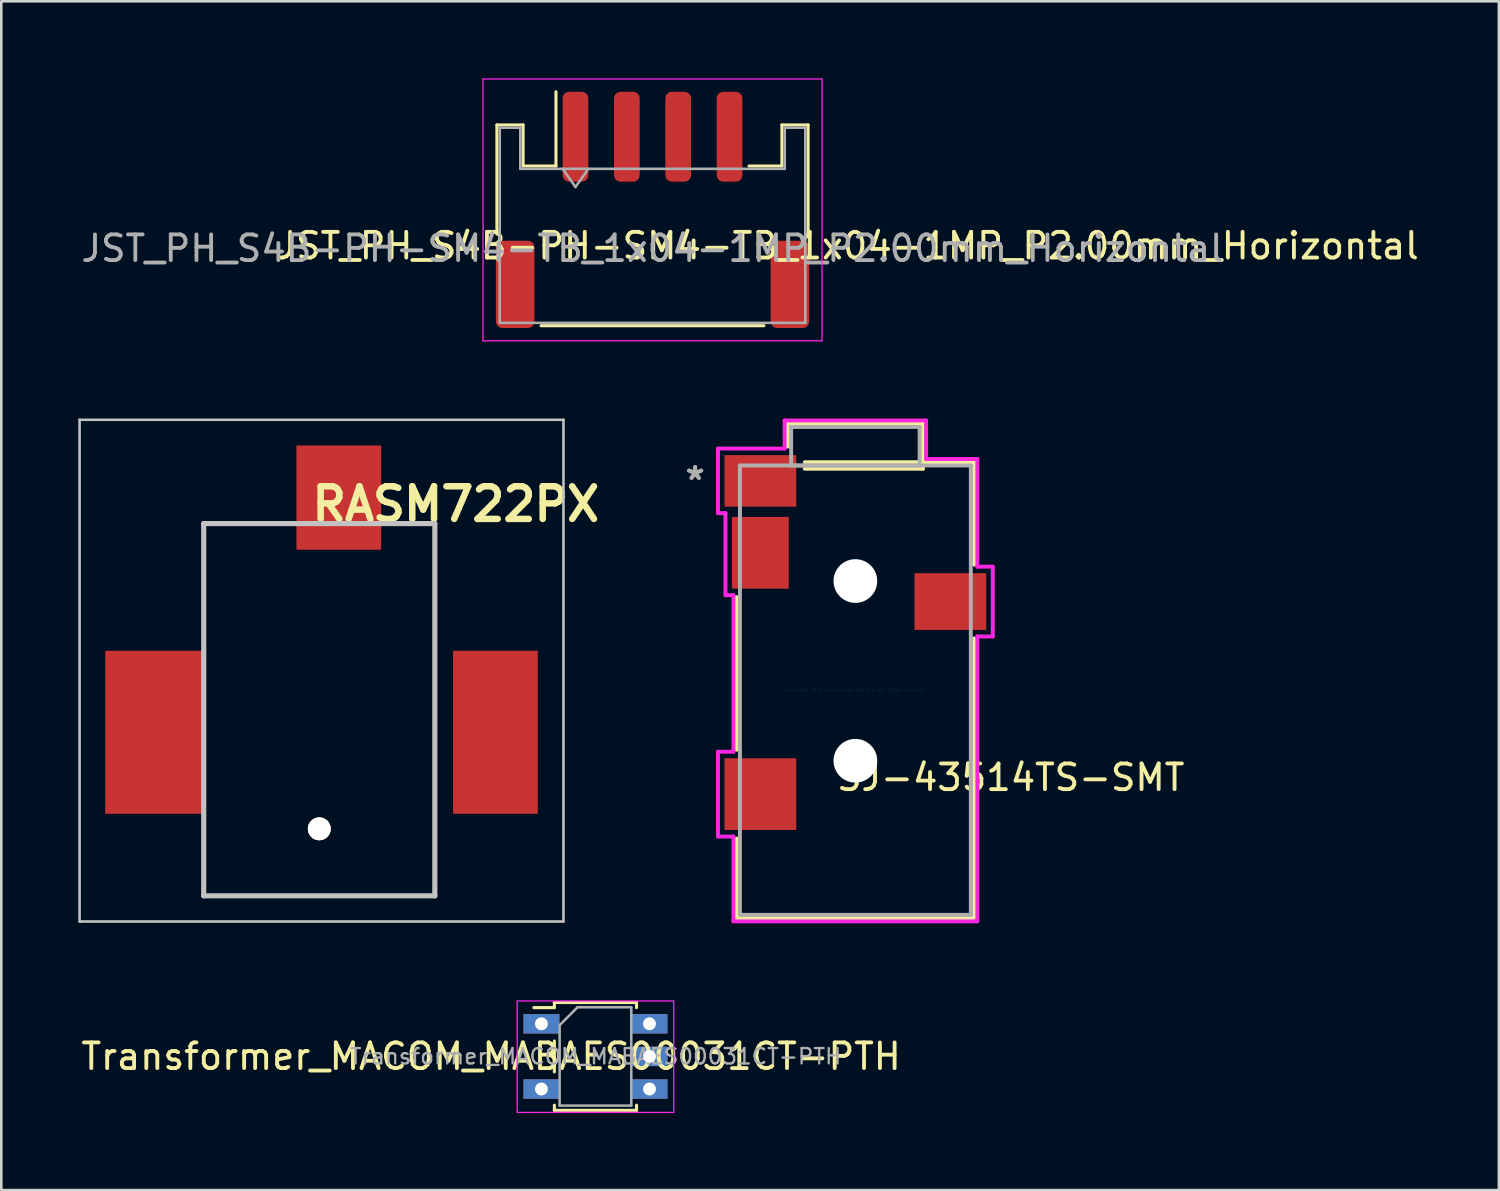
<source format=kicad_pcb>
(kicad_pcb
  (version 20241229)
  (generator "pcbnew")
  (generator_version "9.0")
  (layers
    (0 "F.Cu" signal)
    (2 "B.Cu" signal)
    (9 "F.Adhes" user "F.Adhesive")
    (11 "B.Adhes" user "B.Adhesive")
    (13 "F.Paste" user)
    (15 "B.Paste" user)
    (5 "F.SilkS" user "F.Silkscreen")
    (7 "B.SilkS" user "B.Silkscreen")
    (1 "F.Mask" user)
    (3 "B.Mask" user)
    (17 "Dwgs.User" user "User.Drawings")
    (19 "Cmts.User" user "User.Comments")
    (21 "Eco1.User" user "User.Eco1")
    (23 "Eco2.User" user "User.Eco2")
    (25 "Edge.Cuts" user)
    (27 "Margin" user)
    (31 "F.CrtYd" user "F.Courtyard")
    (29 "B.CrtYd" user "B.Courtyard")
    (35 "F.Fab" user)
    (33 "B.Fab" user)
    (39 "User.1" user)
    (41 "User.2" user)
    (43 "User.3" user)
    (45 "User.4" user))
  (footprint "SJ-43514TS-SMT"
    (layer "F.Cu")
    (at 30.264 23.829)
    (property "Reference" "SJ-43514TS-SMT" (at 6.05 3.4 0) (layer "F.SilkS") (effects (font (size 1 1) (thickness 0.15))))
    (attr through_hole)
    (fp_line (start -4.623 -3.621) (end -4.623 2.32) (stroke (width 0.152) (type solid)) (layer "F.SilkS"))
    (fp_line (start -4.623 5.779) (end -4.623 8.877) (stroke (width 0.152) (type solid)) (layer "F.SilkS"))
    (fp_line (start -4.623 8.877) (end 4.572 8.877) (stroke (width 0.152) (type solid)) (layer "F.SilkS"))
    (fp_line (start -2.629 -10.376) (end -2.629 -9.486) (stroke (width 0.152) (type solid)) (layer "F.SilkS"))
    (fp_line (start -1.97 -8.623) (end 2.629 -8.623) (stroke (width 0.152) (type solid)) (layer "F.SilkS"))
    (fp_line (start 2.629 -10.376) (end -2.629 -10.376) (stroke (width 0.152) (type solid)) (layer "F.SilkS"))
    (fp_line (start 2.629 -8.623) (end 2.629 -10.376) (stroke (width 0.152) (type solid)) (layer "F.SilkS"))
    (fp_line (start 4.623 -8.877) (end -1.97 -8.877) (stroke (width 0.152) (type solid)) (layer "F.SilkS"))
    (fp_line (start 4.623 -4.888) (end 4.623 -8.877) (stroke (width 0.152) (type solid)) (layer "F.SilkS"))
    (fp_line (start 4.623 8.877) (end 4.623 -2.013) (stroke (width 0.152) (type solid)) (layer "F.SilkS"))
    (fp_line (start -5.351 -9.408) (end -5.351 -6.893) (stroke (width 0.152) (type solid)) (layer "F.CrtYd"))
    (fp_line (start -5.351 -6.893) (end -5.059 -6.893) (stroke (width 0.152) (type solid)) (layer "F.CrtYd"))
    (fp_line (start -5.351 2.399) (end -5.351 5.701) (stroke (width 0.152) (type solid)) (layer "F.CrtYd"))
    (fp_line (start -5.351 5.701) (end -4.75 5.701) (stroke (width 0.152) (type solid)) (layer "F.CrtYd"))
    (fp_line (start -5.059 -6.893) (end -5.059 -3.699) (stroke (width 0.152) (type solid)) (layer "F.CrtYd"))
    (fp_line (start -5.059 -3.699) (end -4.75 -3.699) (stroke (width 0.152) (type solid)) (layer "F.CrtYd"))
    (fp_line (start -4.75 -3.699) (end -4.75 2.399) (stroke (width 0.152) (type solid)) (layer "F.CrtYd"))
    (fp_line (start -4.75 2.399) (end -5.351 2.399) (stroke (width 0.152) (type solid)) (layer "F.CrtYd"))
    (fp_line (start -4.75 5.701) (end -4.75 9.004) (stroke (width 0.152) (type solid)) (layer "F.CrtYd"))
    (fp_line (start -4.75 9.004) (end 4.75 9.004) (stroke (width 0.152) (type solid)) (layer "F.CrtYd"))
    (fp_line (start -2.756 -10.503) (end -2.756 -9.408) (stroke (width 0.152) (type solid)) (layer "F.CrtYd"))
    (fp_line (start -2.756 -9.408) (end -5.351 -9.408) (stroke (width 0.152) (type solid)) (layer "F.CrtYd"))
    (fp_line (start 2.756 -10.503) (end -2.756 -10.503) (stroke (width 0.152) (type solid)) (layer "F.CrtYd"))
    (fp_line (start 2.756 -9.004) (end 2.756 -10.503) (stroke (width 0.152) (type solid)) (layer "F.CrtYd"))
    (fp_line (start 4.75 -9.004) (end 2.756 -9.004) (stroke (width 0.152) (type solid)) (layer "F.CrtYd"))
    (fp_line (start 4.75 -4.809) (end 4.75 -9.004) (stroke (width 0.152) (type solid)) (layer "F.CrtYd"))
    (fp_line (start 4.75 -2.091) (end 5.351 -2.091) (stroke (width 0.152) (type solid)) (layer "F.CrtYd"))
    (fp_line (start 4.75 9.004) (end 4.75 -2.091) (stroke (width 0.152) (type solid)) (layer "F.CrtYd"))
    (fp_line (start 5.351 -4.809) (end 4.75 -4.809) (stroke (width 0.152) (type solid)) (layer "F.CrtYd"))
    (fp_line (start 5.351 -2.091) (end 5.351 -4.809) (stroke (width 0.152) (type solid)) (layer "F.CrtYd"))
    (fp_line (start -4.496 -8.75) (end -4.496 8.75) (stroke (width 0.152) (type solid)) (layer "F.Fab"))
    (fp_line (start -4.496 8.75) (end 4.496 8.75) (stroke (width 0.152) (type solid)) (layer "F.Fab"))
    (fp_line (start -2.502 -10.249) (end -2.502 -8.75) (stroke (width 0.152) (type solid)) (layer "F.Fab"))
    (fp_line (start -2.502 -8.75) (end 2.502 -8.75) (stroke (width 0.152) (type solid)) (layer "F.Fab"))
    (fp_line (start 2.502 -10.249) (end -2.502 -10.249) (stroke (width 0.152) (type solid)) (layer "F.Fab"))
    (fp_line (start 2.502 -8.75) (end 2.502 -10.249) (stroke (width 0.152) (type solid)) (layer "F.Fab"))
    (fp_line (start 4.496 -8.75) (end -4.496 -8.75) (stroke (width 0.152) (type solid)) (layer "F.Fab"))
    (fp_line (start 4.496 8.75) (end 4.496 -8.75) (stroke (width 0.152) (type solid)) (layer "F.Fab"))
    (fp_text user "Copyright 2016 Accelerated Designs. All rights reserved." (at 0 0 0) (layer "Cmts.User") (effects (font (size 0.127 0.127) (thickness 0.002))))
    (fp_text user "*" (at -6.24 -8.15 0) (layer "F.Fab") (effects (font (size 1 1) (thickness 0.15))))
    (fp_text user "*" (at -6.24 -8.15 0) (layer "F.Fab") (effects (font (size 1 1) (thickness 0.15))))
    (pad "" np_thru_hole circle (at 0 -4.25) (size 1.702 1.702) (drill 1.702) (layers "*.Cu" "*.Mask"))
    (pad "" np_thru_hole circle (at 0 2.75) (size 1.702 1.702) (drill 1.702) (layers "*.Cu" "*.Mask"))
    (pad "1" smd rect (at -3.7 -8.15) (size 2.794 2.007) (layers "F.Cu" "F.Mask" "F.Paste"))
    (pad "2" smd rect (at -3.7 4.05) (size 2.794 2.794) (layers "F.Cu" "F.Mask" "F.Paste"))
    (pad "3" smd rect (at 3.7 -3.45) (size 2.794 2.21) (layers "F.Cu" "F.Mask" "F.Paste"))
    (pad "4" smd rect (at -3.7 -5.35) (size 2.21 2.794) (layers "F.Cu" "F.Mask" "F.Paste")))
  (footprint "RASM722PX"
    (layer "F.Cu")
    (at 9.6 24.085)
    (property "Reference" "RASM722PX" (at 5.1 -7.5 0) (layer "F.SilkS") (effects (font (size 1.27 1.27) (thickness 0.254))))
    (attr through_hole)
    (fp_line (start -4.715 -6.745) (end -1.455 -6.745) (stroke (width 0.1) (type solid)) (layer "F.SilkS"))
    (fp_line (start -4.715 -2.245) (end -4.715 -6.745) (stroke (width 0.1) (type solid)) (layer "F.SilkS"))
    (fp_line (start -4.715 7.755) (end -4.715 5.755) (stroke (width 0.1) (type solid)) (layer "F.SilkS"))
    (fp_line (start 2.545 -6.745) (end 4.285 -6.745) (stroke (width 0.1) (type solid)) (layer "F.SilkS"))
    (fp_line (start 4.285 -6.745) (end 4.285 7.755) (stroke (width 0.1) (type solid)) (layer "F.SilkS"))
    (fp_line (start 4.285 7.755) (end -4.715 7.755) (stroke (width 0.1) (type solid)) (layer "F.SilkS"))
    (fp_line (start -9.55 -10.785) (end 9.295 -10.785) (stroke (width 0.1) (type solid)) (layer "Dwgs.User"))
    (fp_line (start -9.55 8.755) (end -9.55 -10.785) (stroke (width 0.1) (type solid)) (layer "Dwgs.User"))
    (fp_line (start -4.715 -6.745) (end 4.285 -6.745) (stroke (width 0.2) (type solid)) (layer "Dwgs.User"))
    (fp_line (start -4.715 7.755) (end -4.715 -6.745) (stroke (width 0.2) (type solid)) (layer "Dwgs.User"))
    (fp_line (start 4.285 -6.745) (end 4.285 7.755) (stroke (width 0.2) (type solid)) (layer "Dwgs.User"))
    (fp_line (start 4.285 7.755) (end -4.715 7.755) (stroke (width 0.2) (type solid)) (layer "Dwgs.User"))
    (fp_line (start 9.295 -10.785) (end 9.295 8.755) (stroke (width 0.1) (type solid)) (layer "Dwgs.User"))
    (fp_line (start 9.295 8.755) (end -9.55 8.755) (stroke (width 0.1) (type solid)) (layer "Dwgs.User"))
    (pad "1" smd rect (at -6.645 1.385) (size 3.81 6.35) (layers "F.Cu" "F.Mask" "F.Paste"))
    (pad "2" smd rect (at 6.645 1.385) (size 3.3 6.35) (layers "F.Cu" "F.Mask" "F.Paste"))
    (pad "3" smd rect (at 0.545 -7.755) (size 3.3 4.06) (layers "F.Cu" "F.Mask" "F.Paste"))
    (pad "LP1" thru_hole circle (at -0.215 5.145 90) (size 0.89 0.89) (drill 1.78) (layers "*.Cu" "*.Mask" "F.SilkS")))
  (footprint "JST_PH_S4B-PH-SM4-TB_1x04-1MP_P2.00mm_Horizontal"
    (layer "F.Cu")
    (at 22.363 5.125)
    (property "Reference" "JST_PH_S4B-PH-SM4-TB_1x04-1MP_P2.00mm_Horizontal" (at 7.6 1.4 180) (layer "F.SilkS") (effects (font (size 1 1) (thickness 0.15))))
    (attr smd)
    (fp_line (start -6.06 -3.31) (end -5.04 -3.31) (stroke (width 0.12) (type solid)) (layer "F.SilkS"))
    (fp_line (start -6.06 0.94) (end -6.06 -3.31) (stroke (width 0.12) (type solid)) (layer "F.SilkS"))
    (fp_line (start -5.04 -3.31) (end -5.04 -1.71) (stroke (width 0.12) (type solid)) (layer "F.SilkS"))
    (fp_line (start -5.04 -1.71) (end -3.76 -1.71) (stroke (width 0.12) (type solid)) (layer "F.SilkS"))
    (fp_line (start -4.34 4.51) (end 4.34 4.51) (stroke (width 0.12) (type solid)) (layer "F.SilkS"))
    (fp_line (start -3.76 -1.71) (end -3.76 -4.6) (stroke (width 0.12) (type solid)) (layer "F.SilkS"))
    (fp_line (start 5.04 -3.31) (end 5.04 -1.71) (stroke (width 0.12) (type solid)) (layer "F.SilkS"))
    (fp_line (start 5.04 -1.71) (end 3.76 -1.71) (stroke (width 0.12) (type solid)) (layer "F.SilkS"))
    (fp_line (start 6.06 -3.31) (end 5.04 -3.31) (stroke (width 0.12) (type solid)) (layer "F.SilkS"))
    (fp_line (start 6.06 0.94) (end 6.06 -3.31) (stroke (width 0.12) (type solid)) (layer "F.SilkS"))
    (fp_line (start -6.6 -5.1) (end -6.6 5.1) (stroke (width 0.05) (type solid)) (layer "F.CrtYd"))
    (fp_line (start -6.6 5.1) (end 6.6 5.1) (stroke (width 0.05) (type solid)) (layer "F.CrtYd"))
    (fp_line (start 6.6 -5.1) (end -6.6 -5.1) (stroke (width 0.05) (type solid)) (layer "F.CrtYd"))
    (fp_line (start 6.6 5.1) (end 6.6 -5.1) (stroke (width 0.05) (type solid)) (layer "F.CrtYd"))
    (fp_line (start -5.95 -3.2) (end -5.95 4.4) (stroke (width 0.1) (type solid)) (layer "F.Fab"))
    (fp_line (start -5.95 -3.2) (end -5.15 -3.2) (stroke (width 0.1) (type solid)) (layer "F.Fab"))
    (fp_line (start -5.95 4.4) (end 5.95 4.4) (stroke (width 0.1) (type solid)) (layer "F.Fab"))
    (fp_line (start -5.15 -3.2) (end -5.15 -1.6) (stroke (width 0.1) (type solid)) (layer "F.Fab"))
    (fp_line (start -5.15 -1.6) (end 5.15 -1.6) (stroke (width 0.1) (type solid)) (layer "F.Fab"))
    (fp_line (start -3.5 -1.6) (end -3 -0.893) (stroke (width 0.1) (type solid)) (layer "F.Fab"))
    (fp_line (start -3 -0.893) (end -2.5 -1.6) (stroke (width 0.1) (type solid)) (layer "F.Fab"))
    (fp_line (start 5.15 -3.2) (end 5.95 -3.2) (stroke (width 0.1) (type solid)) (layer "F.Fab"))
    (fp_line (start 5.15 -1.6) (end 5.15 -3.2) (stroke (width 0.1) (type solid)) (layer "F.Fab"))
    (fp_line (start 5.95 -3.2) (end 5.95 4.4) (stroke (width 0.1) (type solid)) (layer "F.Fab"))
    (fp_text user "${REFERENCE}" (at 0 1.5 180) (layer "F.Fab") (effects (font (size 1 1) (thickness 0.15))))
    (pad "" smd roundrect (at -5.35 2.9) (size 1.5 3.4) (layers "F.Cu" "F.Mask" "F.Paste") (roundrect_rratio 0.167))
    (pad "" smd roundrect (at 5.35 2.9) (size 1.5 3.4) (layers "F.Cu" "F.Mask" "F.Paste") (roundrect_rratio 0.167))
    (pad "1" smd roundrect (at -3 -2.85) (size 1 3.5) (layers "F.Cu" "F.Mask" "F.Paste") (roundrect_rratio 0.25))
    (pad "2" smd roundrect (at -1 -2.85) (size 1 3.5) (layers "F.Cu" "F.Mask" "F.Paste") (roundrect_rratio 0.25))
    (pad "3" smd roundrect (at 1 -2.85) (size 1 3.5) (layers "F.Cu" "F.Mask" "F.Paste") (roundrect_rratio 0.25))
    (pad "4" smd roundrect (at 3 -2.85) (size 1 3.5) (layers "F.Cu" "F.Mask" "F.Paste") (roundrect_rratio 0.25)))
  (footprint "Transformer_MACOM_MABAES00031CT-PTH"
    (layer "F.Cu")
    (at 20.141 38.094)
    (property "Reference" "Transformer_MACOM_MABAES00031CT-PTH" (at -4.064 0 180) (layer "F.SilkS") (effects (font (size 1 1) (thickness 0.15))))
    (attr smd)
    (fp_line (start -1.6 -2.1) (end -1.6 -1.9) (stroke (width 0.12) (type solid)) (layer "F.SilkS"))
    (fp_line (start -1.6 -1.9) (end -2.4 -1.9) (stroke (width 0.12) (type solid)) (layer "F.SilkS"))
    (fp_line (start -1.6 -0.6) (end -1.6 0.6) (stroke (width 0.12) (type solid)) (layer "F.SilkS"))
    (fp_line (start -1.6 1.9) (end -1.6 2.1) (stroke (width 0.12) (type solid)) (layer "F.SilkS"))
    (fp_line (start -1.6 2.1) (end 1.6 2.1) (stroke (width 0.12) (type solid)) (layer "F.SilkS"))
    (fp_line (start 1.6 -2.1) (end -1.6 -2.1) (stroke (width 0.12) (type solid)) (layer "F.SilkS"))
    (fp_line (start 1.6 -1.9) (end 1.6 -2.1) (stroke (width 0.12) (type solid)) (layer "F.SilkS"))
    (fp_line (start 1.6 2.1) (end 1.6 1.9) (stroke (width 0.12) (type solid)) (layer "F.SilkS"))
    (fp_line (start -3.048 -2.159) (end 3.048 -2.159) (stroke (width 0.05) (type solid)) (layer "F.CrtYd"))
    (fp_line (start -3.048 2.181) (end -3.048 -2.159) (stroke (width 0.05) (type solid)) (layer "F.CrtYd"))
    (fp_line (start 3.048 -2.159) (end 3.048 2.181) (stroke (width 0.05) (type solid)) (layer "F.CrtYd"))
    (fp_line (start 3.048 2.181) (end -3.048 2.181) (stroke (width 0.05) (type solid)) (layer "F.CrtYd"))
    (fp_line (start -1.395 -1.218) (end -0.698 -1.915) (stroke (width 0.1) (type solid)) (layer "F.Fab"))
    (fp_line (start -1.395 1.915) (end -1.395 -1.218) (stroke (width 0.1) (type solid)) (layer "F.Fab"))
    (fp_line (start -0.698 -1.915) (end 1.395 -1.915) (stroke (width 0.1) (type solid)) (layer "F.Fab"))
    (fp_line (start 1.395 -1.915) (end 1.395 1.915) (stroke (width 0.1) (type solid)) (layer "F.Fab"))
    (fp_line (start 1.395 1.915) (end -1.395 1.915) (stroke (width 0.1) (type solid)) (layer "F.Fab"))
    (fp_text user "${REFERENCE}" (at 0 0 180) (layer "F.Fab") (effects (font (size 0.6 0.6) (thickness 0.09))))
    (pad "1" thru_hole rect (at 2.105 -1.27) (size 1.4 0.76) (drill 0.5) (layers "*.Cu" "*.Mask"))
    (pad "2" thru_hole rect (at 2.105 0) (size 1.4 0.76) (drill 0.5) (layers "*.Cu" "*.Mask"))
    (pad "3" thru_hole rect (at 2.105 1.27) (size 1.4 0.76) (drill 0.5) (layers "*.Cu" "*.Mask"))
    (pad "4" thru_hole rect (at -2.105 -1.27) (size 1.4 0.76) (drill 0.5) (layers "*.Cu" "*.Mask"))
    (pad "5" thru_hole rect (at -2.105 1.27) (size 1.4 0.76) (drill 0.5) (layers "*.Cu" "*.Mask")))
  (gr_rect
    (start -3 -3)
    (end 55.326 43.3)
    (stroke (width 0.1) (type default))
    (fill no)
    (layer "Edge.Cuts")))
</source>
